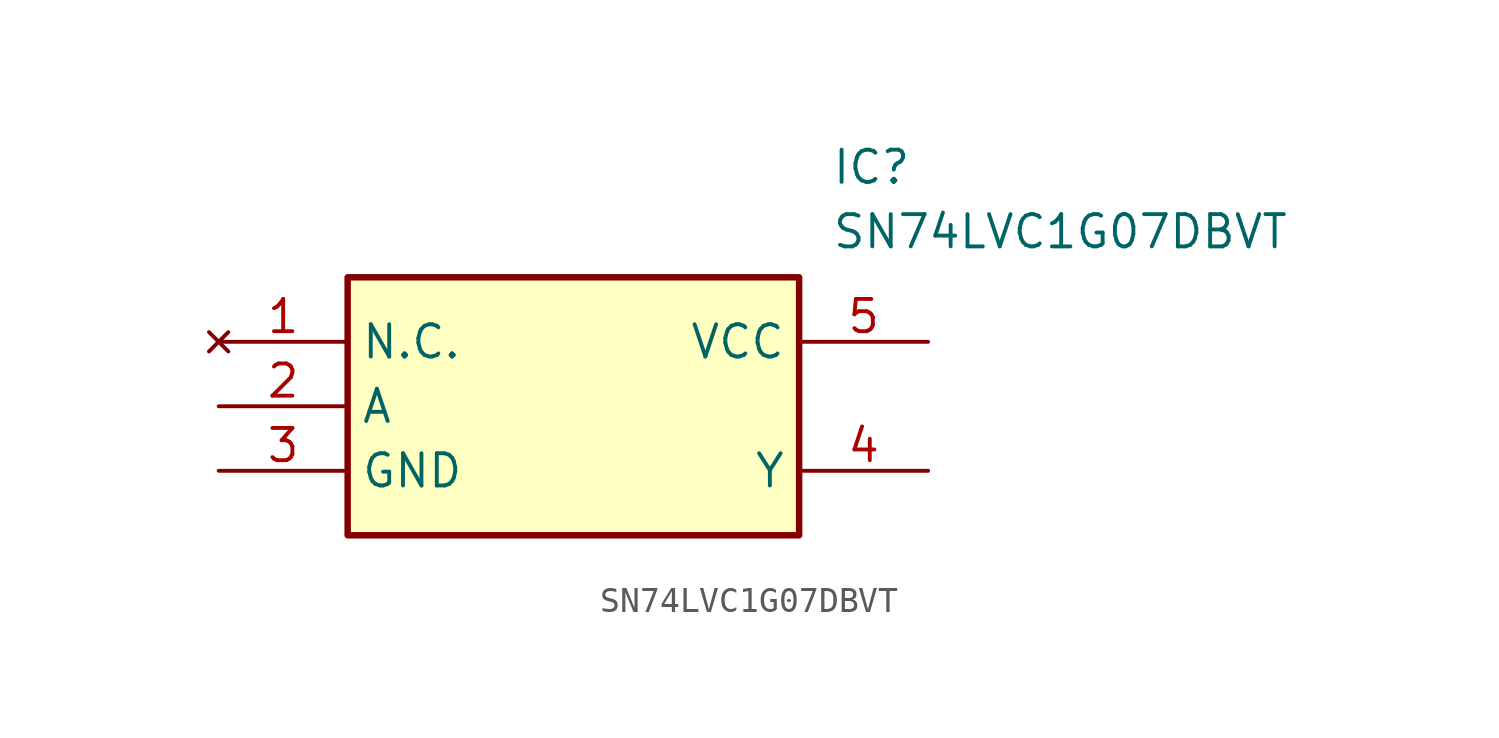
<source format=kicad_sym>
(kicad_symbol_lib
  (version 20220914)
  (generator kicad_symbol_editor)
  (symbol "SN74LVC1G07DBVT"
    (property "Reference" "IC"
      (at 24.13 7.62 0)
      (effects (font (size 1.27 1.27)) (justify left top)))
    (property "Value" "SN74LVC1G07DBVT"
      (at 24.13 5.08 0)
      (effects (font (size 1.27 1.27)) (justify left top)))
    (symbol "SN74LVC1G07DBVT_1_1"
      (rectangle (start 5.08 2.54) (end 22.86 -7.62) (stroke (width 0.254) (type default)) (fill (type background)))
      (pin no_connect line (at 0 0 0) (length 5.08) (name "N.C." (effects (font (size 1.27 1.27)))) (number "1" (effects (font (size 1.27 1.27)))))
      (pin passive line (at 0 -2.54 0) (length 5.08) (name "A" (effects (font (size 1.27 1.27)))) (number "2" (effects (font (size 1.27 1.27)))))
      (pin passive line (at 0 -5.08 0) (length 5.08) (name "GND" (effects (font (size 1.27 1.27)))) (number "3" (effects (font (size 1.27 1.27)))))
      (pin passive line (at 27.94 -5.08 180) (length 5.08) (name "Y" (effects (font (size 1.27 1.27)))) (number "4" (effects (font (size 1.27 1.27)))))
      (pin passive line (at 27.94 0 180) (length 5.08) (name "VCC" (effects (font (size 1.27 1.27)))) (number "5" (effects (font (size 1.27 1.27))))))))
</source>
